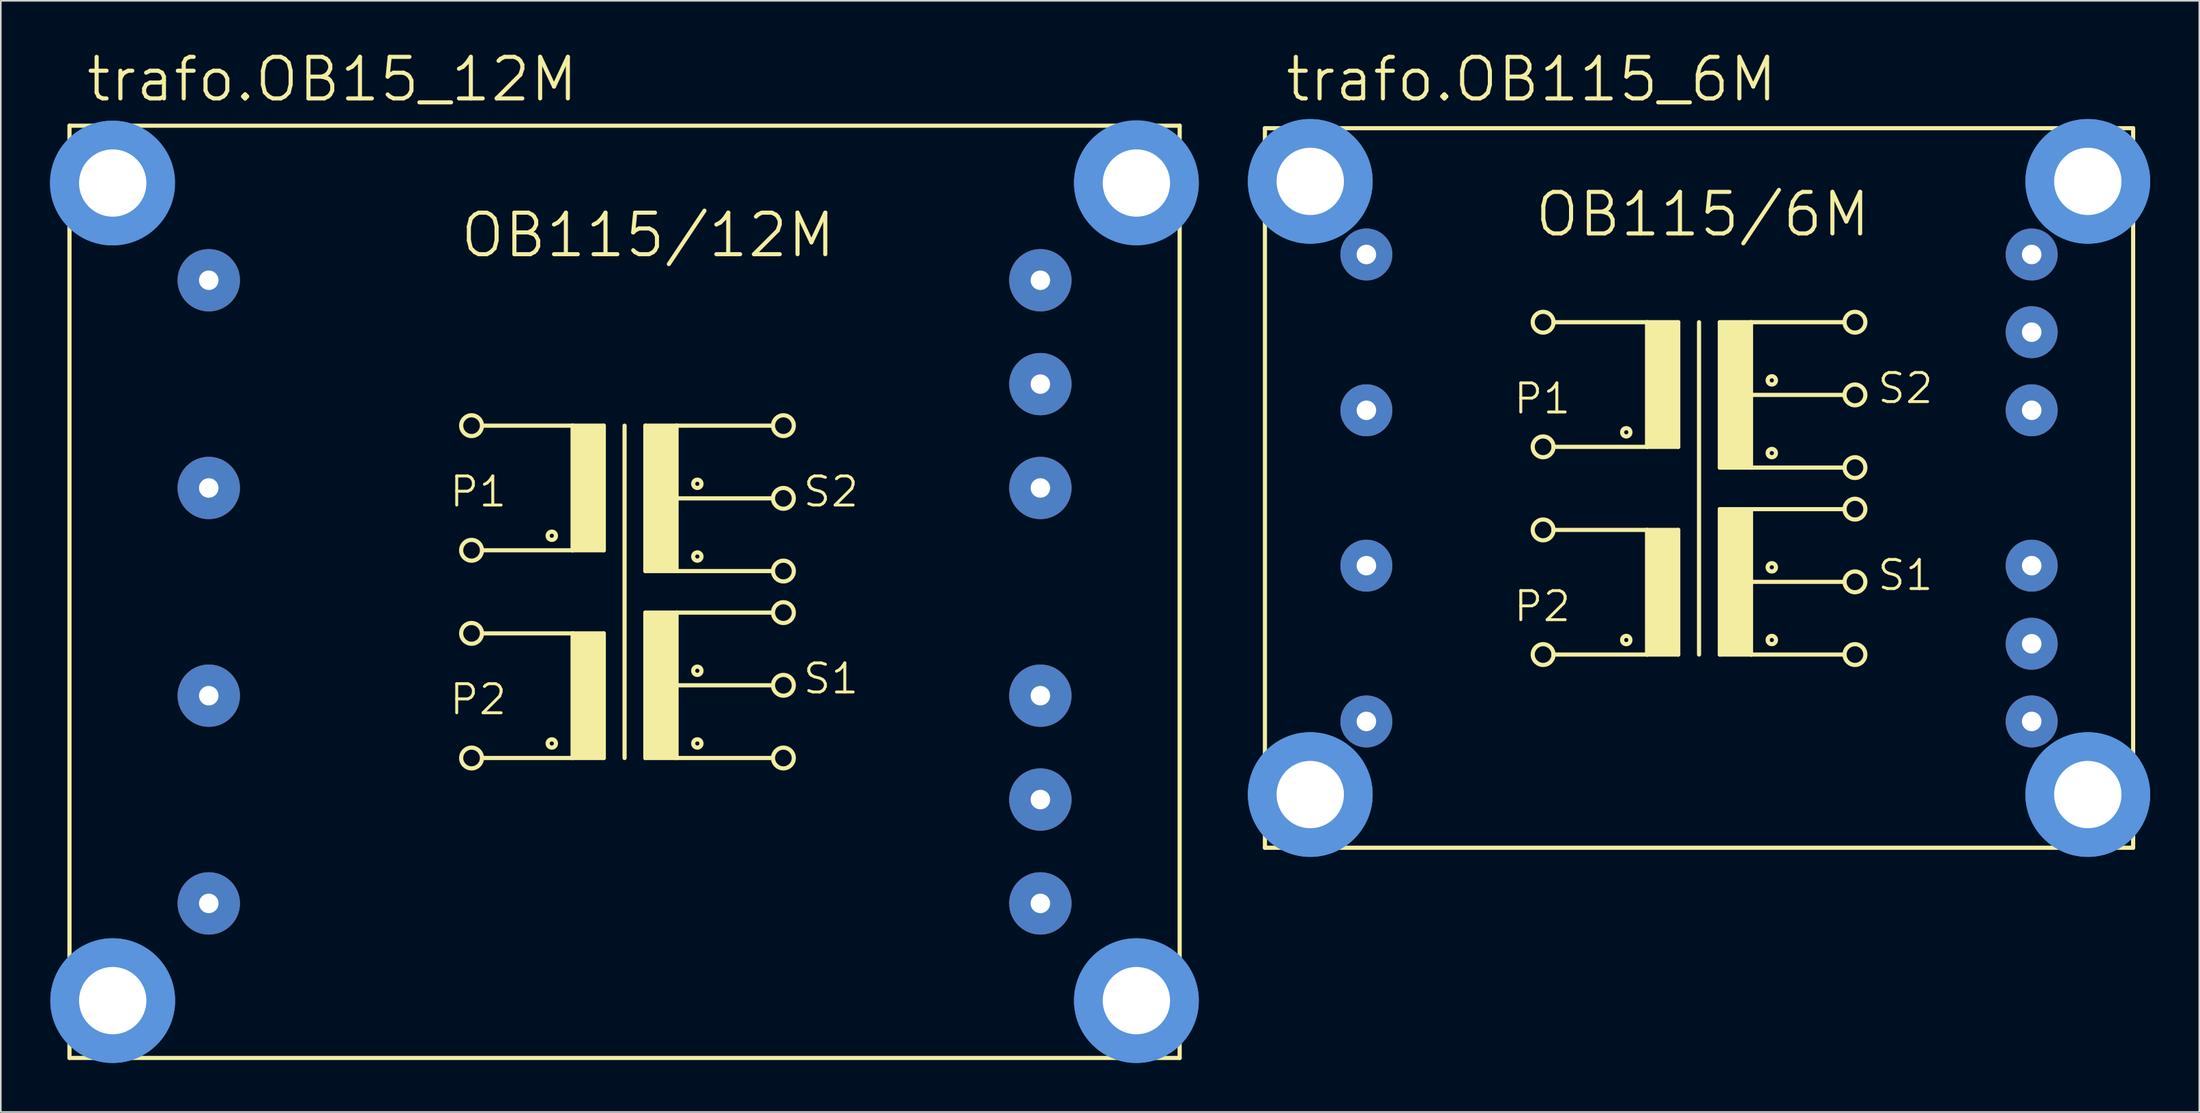
<source format=kicad_pcb>
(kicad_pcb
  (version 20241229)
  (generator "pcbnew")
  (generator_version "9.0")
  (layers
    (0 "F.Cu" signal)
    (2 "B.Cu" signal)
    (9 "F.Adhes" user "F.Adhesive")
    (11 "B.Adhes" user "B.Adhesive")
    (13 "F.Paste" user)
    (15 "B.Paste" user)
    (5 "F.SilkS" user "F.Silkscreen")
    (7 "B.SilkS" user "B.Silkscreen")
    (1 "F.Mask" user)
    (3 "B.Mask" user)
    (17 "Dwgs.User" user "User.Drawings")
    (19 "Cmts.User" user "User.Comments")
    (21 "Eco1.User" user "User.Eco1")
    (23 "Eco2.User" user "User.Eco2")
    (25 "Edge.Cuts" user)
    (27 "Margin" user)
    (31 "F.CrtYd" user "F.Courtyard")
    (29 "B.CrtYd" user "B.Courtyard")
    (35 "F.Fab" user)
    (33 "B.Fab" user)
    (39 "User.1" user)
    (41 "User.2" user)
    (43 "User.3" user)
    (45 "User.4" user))
  (footprint "trafo.OB115_6M"
    (layer "F.Cu")
    (at 100.739 26.785)
    (property "Reference" "trafo.OB115_6M" (at -25.4 -23.495 0) (layer "F.SilkS") (effects (font (size 2.54 2.54) (thickness 0.25)) (justify left bottom)))
    (attr through_hole)
    (fp_line (start -26.518 21.996) (end -26.518 -21.996) (stroke (width 0.254) (type default)) (layer "F.SilkS"))
    (fp_line (start -26.518 21.996) (end 26.518 21.996) (stroke (width 0.254) (type default)) (layer "F.SilkS"))
    (fp_line (start -8.89 -10.135) (end -3.175 -10.135) (stroke (width 0.254) (type default)) (layer "F.SilkS"))
    (fp_line (start -8.89 2.565) (end -3.175 2.565) (stroke (width 0.254) (type default)) (layer "F.SilkS"))
    (fp_line (start -3.175 -10.135) (end -3.175 -2.515) (stroke (width 0.254) (type default)) (layer "F.SilkS"))
    (fp_line (start -3.175 -10.135) (end -1.27 -10.135) (stroke (width 0.254) (type default)) (layer "F.SilkS"))
    (fp_line (start -3.175 -2.515) (end -8.89 -2.515) (stroke (width 0.254) (type default)) (layer "F.SilkS"))
    (fp_line (start -3.175 2.565) (end -3.175 10.185) (stroke (width 0.254) (type default)) (layer "F.SilkS"))
    (fp_line (start -3.175 2.565) (end -1.27 2.565) (stroke (width 0.254) (type default)) (layer "F.SilkS"))
    (fp_line (start -3.175 10.185) (end -8.89 10.185) (stroke (width 0.254) (type default)) (layer "F.SilkS"))
    (fp_line (start -1.27 -10.135) (end -1.27 -2.515) (stroke (width 0.254) (type default)) (layer "F.SilkS"))
    (fp_line (start -1.27 -2.515) (end -3.175 -2.515) (stroke (width 0.254) (type default)) (layer "F.SilkS"))
    (fp_line (start -1.27 2.565) (end -1.27 10.185) (stroke (width 0.254) (type default)) (layer "F.SilkS"))
    (fp_line (start -1.27 10.185) (end -3.175 10.185) (stroke (width 0.254) (type default)) (layer "F.SilkS"))
    (fp_line (start 0 -10.135) (end 0 10.185) (stroke (width 0.254) (type default)) (layer "F.SilkS"))
    (fp_line (start 1.27 -10.135) (end 1.27 -1.245) (stroke (width 0.254) (type default)) (layer "F.SilkS"))
    (fp_line (start 1.27 -10.135) (end 3.175 -10.135) (stroke (width 0.254) (type default)) (layer "F.SilkS"))
    (fp_line (start 1.27 -1.245) (end 3.175 -1.245) (stroke (width 0.254) (type default)) (layer "F.SilkS"))
    (fp_line (start 1.27 1.295) (end 1.27 10.185) (stroke (width 0.254) (type default)) (layer "F.SilkS"))
    (fp_line (start 1.27 1.295) (end 3.175 1.295) (stroke (width 0.254) (type default)) (layer "F.SilkS"))
    (fp_line (start 1.27 10.185) (end 3.175 10.185) (stroke (width 0.254) (type default)) (layer "F.SilkS"))
    (fp_line (start 3.175 -10.135) (end 8.89 -10.135) (stroke (width 0.254) (type default)) (layer "F.SilkS"))
    (fp_line (start 3.175 -5.69) (end 3.175 -10.135) (stroke (width 0.254) (type default)) (layer "F.SilkS"))
    (fp_line (start 3.175 -5.69) (end 8.89 -5.69) (stroke (width 0.254) (type default)) (layer "F.SilkS"))
    (fp_line (start 3.175 -1.245) (end 3.175 -5.69) (stroke (width 0.254) (type default)) (layer "F.SilkS"))
    (fp_line (start 3.175 -1.245) (end 8.89 -1.245) (stroke (width 0.254) (type default)) (layer "F.SilkS"))
    (fp_line (start 3.175 1.295) (end 8.89 1.295) (stroke (width 0.254) (type default)) (layer "F.SilkS"))
    (fp_line (start 3.175 5.74) (end 3.175 1.295) (stroke (width 0.254) (type default)) (layer "F.SilkS"))
    (fp_line (start 3.175 5.74) (end 8.89 5.74) (stroke (width 0.254) (type default)) (layer "F.SilkS"))
    (fp_line (start 3.175 10.185) (end 3.175 5.74) (stroke (width 0.254) (type default)) (layer "F.SilkS"))
    (fp_line (start 3.175 10.185) (end 8.89 10.185) (stroke (width 0.254) (type default)) (layer "F.SilkS"))
    (fp_line (start 26.518 -21.996) (end -26.518 -21.996) (stroke (width 0.254) (type default)) (layer "F.SilkS"))
    (fp_line (start 26.518 -21.996) (end 26.518 21.996) (stroke (width 0.254) (type default)) (layer "F.SilkS"))
    (fp_rect (start -3.175 -2.515) (end -1.27 -10.135) (stroke (width 0.05) (type default)) (fill yes) (layer "F.SilkS"))
    (fp_rect (start -3.175 10.185) (end -1.27 2.565) (stroke (width 0.05) (type default)) (fill yes) (layer "F.SilkS"))
    (fp_rect (start 1.27 -1.27) (end 3.175 -10.16) (stroke (width 0.05) (type default)) (fill yes) (layer "F.SilkS"))
    (fp_rect (start 1.27 10.16) (end 3.175 1.27) (stroke (width 0.05) (type default)) (fill yes) (layer "F.SilkS"))
    (fp_circle (center -9.525 -10.135) (end -8.89 -10.135) (stroke (width 0.254) (type default)) (fill no) (layer "F.SilkS"))
    (fp_circle (center -9.525 -2.515) (end -8.89 -2.515) (stroke (width 0.254) (type default)) (fill no) (layer "F.SilkS"))
    (fp_circle (center -9.525 2.565) (end -8.89 2.565) (stroke (width 0.254) (type default)) (fill no) (layer "F.SilkS"))
    (fp_circle (center -9.525 10.185) (end -8.89 10.185) (stroke (width 0.254) (type default)) (fill no) (layer "F.SilkS"))
    (fp_circle (center -4.445 -3.404) (end -4.191 -3.404) (stroke (width 0.254) (type default)) (fill no) (layer "F.SilkS"))
    (fp_circle (center -4.445 9.296) (end -4.191 9.296) (stroke (width 0.254) (type default)) (fill no) (layer "F.SilkS"))
    (fp_circle (center 4.445 -6.579) (end 4.699 -6.579) (stroke (width 0.254) (type default)) (fill no) (layer "F.SilkS"))
    (fp_circle (center 4.445 -2.134) (end 4.699 -2.134) (stroke (width 0.254) (type default)) (fill no) (layer "F.SilkS"))
    (fp_circle (center 4.445 4.851) (end 4.699 4.851) (stroke (width 0.254) (type default)) (fill no) (layer "F.SilkS"))
    (fp_circle (center 4.445 9.296) (end 4.699 9.296) (stroke (width 0.254) (type default)) (fill no) (layer "F.SilkS"))
    (fp_circle (center 9.525 -10.135) (end 10.16 -10.135) (stroke (width 0.254) (type default)) (fill no) (layer "F.SilkS"))
    (fp_circle (center 9.525 -5.69) (end 10.16 -5.69) (stroke (width 0.254) (type default)) (fill no) (layer "F.SilkS"))
    (fp_circle (center 9.525 -1.245) (end 10.16 -1.245) (stroke (width 0.254) (type default)) (fill no) (layer "F.SilkS"))
    (fp_circle (center 9.525 1.295) (end 10.16 1.295) (stroke (width 0.254) (type default)) (fill no) (layer "F.SilkS"))
    (fp_circle (center 9.525 5.74) (end 10.16 5.74) (stroke (width 0.254) (type default)) (fill no) (layer "F.SilkS"))
    (fp_circle (center 9.525 10.185) (end 10.16 10.185) (stroke (width 0.254) (type default)) (fill no) (layer "F.SilkS"))
    (fp_circle (center -23.749 -18.745) (end -20.828 -18.745) (stroke (width 1.778) (type default)) (fill no) (layer "Cmts.User"))
    (fp_circle (center -23.749 -18.745) (end -20.828 -18.745) (stroke (width 1.778) (type default)) (fill no) (layer "Cmts.User"))
    (fp_circle (center -23.749 18.745) (end -20.828 18.745) (stroke (width 1.778) (type default)) (fill no) (layer "Cmts.User"))
    (fp_circle (center -23.749 18.745) (end -20.828 18.745) (stroke (width 1.778) (type default)) (fill no) (layer "Cmts.User"))
    (fp_circle (center 23.749 -18.745) (end 26.67 -18.745) (stroke (width 1.778) (type default)) (fill no) (layer "Cmts.User"))
    (fp_circle (center 23.749 -18.745) (end 26.67 -18.745) (stroke (width 1.778) (type default)) (fill no) (layer "Cmts.User"))
    (fp_circle (center 23.749 18.745) (end 26.67 18.745) (stroke (width 1.778) (type default)) (fill no) (layer "Cmts.User"))
    (fp_circle (center 23.749 18.745) (end 26.67 18.745) (stroke (width 1.778) (type default)) (fill no) (layer "Cmts.User"))
    (fp_text user "OB115/6M" (at -10.16 -15.24 0) (layer "F.SilkS") (effects (font (size 2.54 2.54) (thickness 0.25)) (justify left bottom)))
    (fp_text user "P1" (at -11.43 -4.42 0) (layer "F.SilkS") (effects (font (size 1.778 1.778) (thickness 0.18)) (justify left bottom)))
    (fp_text user "S2" (at 10.795 -5.055 0) (layer "F.SilkS") (effects (font (size 1.778 1.778) (thickness 0.18)) (justify left bottom)))
    (fp_text user "P2" (at -11.43 8.28 0) (layer "F.SilkS") (effects (font (size 1.778 1.778) (thickness 0.18)) (justify left bottom)))
    (fp_text user "S1" (at 10.795 6.375 0) (layer "F.SilkS") (effects (font (size 1.778 1.778) (thickness 0.18)) (justify left bottom)))
    (pad "" np_thru_hole circle (at -23.749 -18.745) (size 4.115 4.115) (drill 4.115) (layers "*.Cu" "*.Mask"))
    (pad "" np_thru_hole circle (at -23.749 18.745) (size 4.115 4.115) (drill 4.115) (layers "*.Cu" "*.Mask"))
    (pad "" np_thru_hole circle (at 23.749 -18.745) (size 4.115 4.115) (drill 4.115) (layers "*.Cu" "*.Mask"))
    (pad "" np_thru_hole circle (at 23.749 18.745) (size 4.115 4.115) (drill 4.115) (layers "*.Cu" "*.Mask"))
    (pad "1" thru_hole circle (at -20.32 -14.275) (size 3.175 3.175) (drill 1.194) (layers "*.Cu" "*.Mask"))
    (pad "2" thru_hole circle (at -20.32 -4.75) (size 3.175 3.175) (drill 1.194) (layers "*.Cu" "*.Mask"))
    (pad "3" thru_hole circle (at -20.32 4.75) (size 3.175 3.175) (drill 1.194) (layers "*.Cu" "*.Mask"))
    (pad "4" thru_hole circle (at -20.32 14.275) (size 3.175 3.175) (drill 1.194) (layers "*.Cu" "*.Mask"))
    (pad "5" thru_hole circle (at 20.32 14.275) (size 3.175 3.175) (drill 1.194) (layers "*.Cu" "*.Mask"))
    (pad "6" thru_hole circle (at 20.32 9.525) (size 3.175 3.175) (drill 1.194) (layers "*.Cu" "*.Mask"))
    (pad "7" thru_hole circle (at 20.32 4.75) (size 3.175 3.175) (drill 1.194) (layers "*.Cu" "*.Mask"))
    (pad "8" thru_hole circle (at 20.32 -4.75) (size 3.175 3.175) (drill 1.194) (layers "*.Cu" "*.Mask"))
    (pad "9" thru_hole circle (at 20.32 -9.525) (size 3.175 3.175) (drill 1.194) (layers "*.Cu" "*.Mask"))
    (pad "10" thru_hole circle (at 20.32 -14.275) (size 3.175 3.175) (drill 1.194) (layers "*.Cu" "*.Mask")))
  (footprint "trafo.OB15_12M"
    (layer "F.Cu")
    (at 35.103 33.135)
    (property "Reference" "trafo.OB15_12M" (at -33.02 -29.845 0) (layer "F.SilkS") (effects (font (size 2.54 2.54) (thickness 0.25)) (justify left bottom)))
    (attr through_hole)
    (fp_line (start -33.909 -28.499) (end -33.909 28.499) (stroke (width 0.254) (type default)) (layer "F.SilkS"))
    (fp_line (start -33.909 -28.499) (end 33.909 -28.499) (stroke (width 0.254) (type default)) (layer "F.SilkS"))
    (fp_line (start -8.636 -10.16) (end -3.175 -10.16) (stroke (width 0.254) (type default)) (layer "F.SilkS"))
    (fp_line (start -8.636 2.54) (end -3.175 2.54) (stroke (width 0.254) (type default)) (layer "F.SilkS"))
    (fp_line (start -3.175 -10.16) (end -3.175 -2.54) (stroke (width 0.254) (type default)) (layer "F.SilkS"))
    (fp_line (start -3.175 -10.16) (end -1.27 -10.16) (stroke (width 0.254) (type default)) (layer "F.SilkS"))
    (fp_line (start -3.175 -2.54) (end -8.636 -2.54) (stroke (width 0.254) (type default)) (layer "F.SilkS"))
    (fp_line (start -3.175 2.54) (end -3.175 10.16) (stroke (width 0.254) (type default)) (layer "F.SilkS"))
    (fp_line (start -3.175 2.54) (end -1.27 2.54) (stroke (width 0.254) (type default)) (layer "F.SilkS"))
    (fp_line (start -3.175 10.16) (end -8.636 10.16) (stroke (width 0.254) (type default)) (layer "F.SilkS"))
    (fp_line (start -1.27 -10.16) (end -1.27 -2.54) (stroke (width 0.254) (type default)) (layer "F.SilkS"))
    (fp_line (start -1.27 -2.54) (end -3.175 -2.54) (stroke (width 0.254) (type default)) (layer "F.SilkS"))
    (fp_line (start -1.27 2.54) (end -1.27 10.16) (stroke (width 0.254) (type default)) (layer "F.SilkS"))
    (fp_line (start -1.27 10.16) (end -3.175 10.16) (stroke (width 0.254) (type default)) (layer "F.SilkS"))
    (fp_line (start 0 -10.16) (end 0 10.16) (stroke (width 0.254) (type default)) (layer "F.SilkS"))
    (fp_line (start 1.27 -10.16) (end 1.27 -1.27) (stroke (width 0.254) (type default)) (layer "F.SilkS"))
    (fp_line (start 1.27 -10.16) (end 3.175 -10.16) (stroke (width 0.254) (type default)) (layer "F.SilkS"))
    (fp_line (start 1.27 -1.27) (end 3.175 -1.27) (stroke (width 0.254) (type default)) (layer "F.SilkS"))
    (fp_line (start 1.27 1.27) (end 1.27 10.16) (stroke (width 0.254) (type default)) (layer "F.SilkS"))
    (fp_line (start 1.27 1.27) (end 3.175 1.27) (stroke (width 0.254) (type default)) (layer "F.SilkS"))
    (fp_line (start 1.27 10.16) (end 3.175 10.16) (stroke (width 0.254) (type default)) (layer "F.SilkS"))
    (fp_line (start 3.175 -10.16) (end 9.017 -10.16) (stroke (width 0.254) (type default)) (layer "F.SilkS"))
    (fp_line (start 3.175 -5.715) (end 3.175 -10.16) (stroke (width 0.254) (type default)) (layer "F.SilkS"))
    (fp_line (start 3.175 -5.715) (end 9.017 -5.715) (stroke (width 0.254) (type default)) (layer "F.SilkS"))
    (fp_line (start 3.175 -1.27) (end 3.175 -5.715) (stroke (width 0.254) (type default)) (layer "F.SilkS"))
    (fp_line (start 3.175 -1.27) (end 9.017 -1.27) (stroke (width 0.254) (type default)) (layer "F.SilkS"))
    (fp_line (start 3.175 1.27) (end 9.017 1.27) (stroke (width 0.254) (type default)) (layer "F.SilkS"))
    (fp_line (start 3.175 5.715) (end 3.175 1.27) (stroke (width 0.254) (type default)) (layer "F.SilkS"))
    (fp_line (start 3.175 5.715) (end 9.017 5.715) (stroke (width 0.254) (type default)) (layer "F.SilkS"))
    (fp_line (start 3.175 10.16) (end 3.175 5.715) (stroke (width 0.254) (type default)) (layer "F.SilkS"))
    (fp_line (start 3.175 10.16) (end 9.017 10.16) (stroke (width 0.254) (type default)) (layer "F.SilkS"))
    (fp_line (start 33.909 28.499) (end -33.909 28.499) (stroke (width 0.254) (type default)) (layer "F.SilkS"))
    (fp_line (start 33.909 28.499) (end 33.909 -28.499) (stroke (width 0.254) (type default)) (layer "F.SilkS"))
    (fp_rect (start -3.2 -2.54) (end -1.295 -10.16) (stroke (width 0.05) (type default)) (fill yes) (layer "F.SilkS"))
    (fp_rect (start -3.2 10.16) (end -1.295 2.54) (stroke (width 0.05) (type default)) (fill yes) (layer "F.SilkS"))
    (fp_rect (start 1.27 -1.27) (end 3.175 -10.16) (stroke (width 0.05) (type default)) (fill yes) (layer "F.SilkS"))
    (fp_rect (start 1.27 10.16) (end 3.175 1.27) (stroke (width 0.05) (type default)) (fill yes) (layer "F.SilkS"))
    (fp_circle (center -9.347 -10.16) (end -8.712 -10.16) (stroke (width 0.254) (type default)) (fill no) (layer "F.SilkS"))
    (fp_circle (center -9.347 -2.54) (end -8.712 -2.54) (stroke (width 0.254) (type default)) (fill no) (layer "F.SilkS"))
    (fp_circle (center -9.347 2.54) (end -8.712 2.54) (stroke (width 0.254) (type default)) (fill no) (layer "F.SilkS"))
    (fp_circle (center -9.347 10.16) (end -8.712 10.16) (stroke (width 0.254) (type default)) (fill no) (layer "F.SilkS"))
    (fp_circle (center -4.445 -3.429) (end -4.191 -3.429) (stroke (width 0.254) (type default)) (fill no) (layer "F.SilkS"))
    (fp_circle (center -4.445 9.271) (end -4.191 9.271) (stroke (width 0.254) (type default)) (fill no) (layer "F.SilkS"))
    (fp_circle (center 4.445 -6.604) (end 4.699 -6.604) (stroke (width 0.254) (type default)) (fill no) (layer "F.SilkS"))
    (fp_circle (center 4.445 -2.159) (end 4.699 -2.159) (stroke (width 0.254) (type default)) (fill no) (layer "F.SilkS"))
    (fp_circle (center 4.445 4.826) (end 4.699 4.826) (stroke (width 0.254) (type default)) (fill no) (layer "F.SilkS"))
    (fp_circle (center 4.445 9.271) (end 4.699 9.271) (stroke (width 0.254) (type default)) (fill no) (layer "F.SilkS"))
    (fp_circle (center 9.703 -10.16) (end 10.338 -10.16) (stroke (width 0.254) (type default)) (fill no) (layer "F.SilkS"))
    (fp_circle (center 9.703 -5.715) (end 10.338 -5.715) (stroke (width 0.254) (type default)) (fill no) (layer "F.SilkS"))
    (fp_circle (center 9.703 -1.27) (end 10.338 -1.27) (stroke (width 0.254) (type default)) (fill no) (layer "F.SilkS"))
    (fp_circle (center 9.703 1.27) (end 10.338 1.27) (stroke (width 0.254) (type default)) (fill no) (layer "F.SilkS"))
    (fp_circle (center 9.703 5.715) (end 10.338 5.715) (stroke (width 0.254) (type default)) (fill no) (layer "F.SilkS"))
    (fp_circle (center 9.703 10.16) (end 10.338 10.16) (stroke (width 0.254) (type default)) (fill no) (layer "F.SilkS"))
    (fp_circle (center -31.293 -24.994) (end -28.372 -24.994) (stroke (width 1.778) (type default)) (fill no) (layer "Cmts.User"))
    (fp_circle (center -31.267 -24.994) (end -28.346 -24.994) (stroke (width 1.778) (type default)) (fill no) (layer "Cmts.User"))
    (fp_circle (center -31.267 24.994) (end -28.346 24.994) (stroke (width 1.778) (type default)) (fill no) (layer "Cmts.User"))
    (fp_circle (center -31.267 24.994) (end -28.346 24.994) (stroke (width 1.778) (type default)) (fill no) (layer "Cmts.User"))
    (fp_circle (center 31.267 -25.019) (end 34.188 -25.019) (stroke (width 1.778) (type default)) (fill no) (layer "Cmts.User"))
    (fp_circle (center 31.267 -24.994) (end 34.188 -24.994) (stroke (width 1.778) (type default)) (fill no) (layer "Cmts.User"))
    (fp_circle (center 31.267 24.994) (end 34.188 24.994) (stroke (width 1.778) (type default)) (fill no) (layer "Cmts.User"))
    (fp_circle (center 31.267 24.994) (end 34.188 24.994) (stroke (width 1.778) (type default)) (fill no) (layer "Cmts.User"))
    (fp_text user "OB115/12M" (at -10.16 -20.32 0) (layer "F.SilkS") (effects (font (size 2.54 2.54) (thickness 0.25)) (justify left bottom)))
    (fp_text user "P2" (at -10.795 7.62 0) (layer "F.SilkS") (effects (font (size 1.778 1.778) (thickness 0.18)) (justify left bottom)))
    (fp_text user "S2" (at 10.795 -5.08 0) (layer "F.SilkS") (effects (font (size 1.778 1.778) (thickness 0.18)) (justify left bottom)))
    (fp_text user "P1" (at -10.795 -5.08 0) (layer "F.SilkS") (effects (font (size 1.778 1.778) (thickness 0.18)) (justify left bottom)))
    (fp_text user "S1" (at 10.795 6.35 0) (layer "F.SilkS") (effects (font (size 1.778 1.778) (thickness 0.18)) (justify left bottom)))
    (pad "" np_thru_hole circle (at -31.267 -24.994) (size 4.115 4.115) (drill 4.115) (layers "*.Cu" "*.Mask"))
    (pad "" np_thru_hole circle (at -31.267 24.994) (size 4.115 4.115) (drill 4.115) (layers "*.Cu" "*.Mask"))
    (pad "" np_thru_hole circle (at 31.267 -24.994) (size 4.115 4.115) (drill 4.115) (layers "*.Cu" "*.Mask"))
    (pad "" np_thru_hole circle (at 31.267 24.994) (size 4.115 4.115) (drill 4.115) (layers "*.Cu" "*.Mask"))
    (pad "1" thru_hole circle (at -25.4 -19.05) (size 3.81 3.81) (drill 1.194) (layers "*.Cu" "*.Mask"))
    (pad "2" thru_hole circle (at -25.4 -6.35) (size 3.81 3.81) (drill 1.194) (layers "*.Cu" "*.Mask"))
    (pad "3" thru_hole circle (at -25.4 6.35) (size 3.81 3.81) (drill 1.194) (layers "*.Cu" "*.Mask"))
    (pad "4" thru_hole circle (at -25.4 19.05) (size 3.81 3.81) (drill 1.194) (layers "*.Cu" "*.Mask"))
    (pad "5" thru_hole circle (at 25.4 19.05) (size 3.81 3.81) (drill 1.194) (layers "*.Cu" "*.Mask"))
    (pad "6" thru_hole circle (at 25.4 12.7) (size 3.81 3.81) (drill 1.194) (layers "*.Cu" "*.Mask"))
    (pad "7" thru_hole circle (at 25.4 6.35) (size 3.81 3.81) (drill 1.194) (layers "*.Cu" "*.Mask"))
    (pad "8" thru_hole circle (at 25.4 -6.35) (size 3.81 3.81) (drill 1.194) (layers "*.Cu" "*.Mask"))
    (pad "9" thru_hole circle (at 25.4 -12.7) (size 3.81 3.81) (drill 1.194) (layers "*.Cu" "*.Mask"))
    (pad "10" thru_hole circle (at 25.4 -19.05) (size 3.81 3.81) (drill 1.194) (layers "*.Cu" "*.Mask")))
  (gr_rect
    (start -3 -3)
    (end 131.298 64.939)
    (stroke (width 0.1) (type default))
    (fill no)
    (layer "Edge.Cuts")))
</source>
